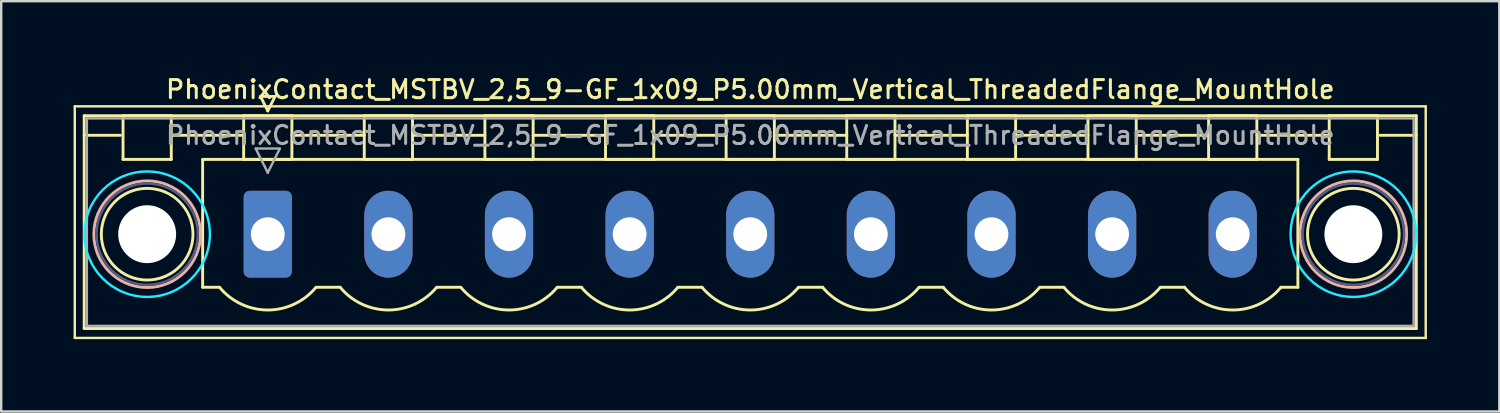
<source format=kicad_pcb>
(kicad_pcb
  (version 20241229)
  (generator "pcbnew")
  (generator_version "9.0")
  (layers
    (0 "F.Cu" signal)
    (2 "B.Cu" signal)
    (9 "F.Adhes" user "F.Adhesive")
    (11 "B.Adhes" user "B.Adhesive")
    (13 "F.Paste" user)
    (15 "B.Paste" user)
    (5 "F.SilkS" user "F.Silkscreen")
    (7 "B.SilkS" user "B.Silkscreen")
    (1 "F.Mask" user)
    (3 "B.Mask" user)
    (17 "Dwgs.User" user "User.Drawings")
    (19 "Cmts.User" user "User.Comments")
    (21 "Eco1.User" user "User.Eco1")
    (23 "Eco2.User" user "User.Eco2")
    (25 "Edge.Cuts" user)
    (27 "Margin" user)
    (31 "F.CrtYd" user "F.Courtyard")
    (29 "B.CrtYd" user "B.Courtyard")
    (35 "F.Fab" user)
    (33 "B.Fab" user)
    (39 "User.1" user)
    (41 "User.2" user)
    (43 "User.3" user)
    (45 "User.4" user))
  (footprint "PhoenixContact_MSTBV_2,5_9-GF_1x09_P5.00mm_Vertical_ThreadedFlange_MountHole"
    (layer "F.Cu")
    (at 8.05 6.658)
    (property "Reference" "PhoenixContact_MSTBV_2,5_9-GF_1x09_P5.00mm_Vertical_ThreadedFlange_MountHole" (at 20 -6 0) (layer "F.SilkS") (effects (font (size 0.75 0.75) (thickness 0.125))))
    (attr through_hole)
    (fp_line (start -8 -5.3) (end -8 4.3) (stroke (width 0.1) (type solid)) (layer "F.SilkS"))
    (fp_line (start -8 4.3) (end 48 4.3) (stroke (width 0.1) (type solid)) (layer "F.SilkS"))
    (fp_line (start -7.61 -4.91) (end -7.61 3.91) (stroke (width 0.12) (type solid)) (layer "F.SilkS"))
    (fp_line (start -7.61 -4.1) (end -6.11 -4.1) (stroke (width 0.12) (type solid)) (layer "F.SilkS"))
    (fp_line (start -7.61 3.91) (end 47.61 3.91) (stroke (width 0.12) (type solid)) (layer "F.SilkS"))
    (fp_line (start -6 -4.91) (end -4 -4.91) (stroke (width 0.12) (type solid)) (layer "F.SilkS"))
    (fp_line (start -6 -3.1) (end -6 -4.91) (stroke (width 0.12) (type solid)) (layer "F.SilkS"))
    (fp_line (start -4 -4.91) (end -4 -3.1) (stroke (width 0.12) (type solid)) (layer "F.SilkS"))
    (fp_line (start -4 -4.1) (end -1 -4.1) (stroke (width 0.12) (type solid)) (layer "F.SilkS"))
    (fp_line (start -4 -3.1) (end -6 -3.1) (stroke (width 0.12) (type solid)) (layer "F.SilkS"))
    (fp_line (start -2.7 -3.1) (end 42.7 -3.1) (stroke (width 0.12) (type solid)) (layer "F.SilkS"))
    (fp_line (start -2.7 2.2) (end -2.7 -3.1) (stroke (width 0.12) (type solid)) (layer "F.SilkS"))
    (fp_line (start -2 2.2) (end -2.7 2.2) (stroke (width 0.12) (type solid)) (layer "F.SilkS"))
    (fp_line (start -1 -4.91) (end 1 -4.91) (stroke (width 0.12) (type solid)) (layer "F.SilkS"))
    (fp_line (start -1 -3.1) (end -1 -4.91) (stroke (width 0.12) (type solid)) (layer "F.SilkS"))
    (fp_line (start -0.3 -5.71) (end 0.3 -5.71) (stroke (width 0.12) (type solid)) (layer "F.SilkS"))
    (fp_line (start 0 -5.11) (end -0.3 -5.71) (stroke (width 0.12) (type solid)) (layer "F.SilkS"))
    (fp_line (start 0.3 -5.71) (end 0 -5.11) (stroke (width 0.12) (type solid)) (layer "F.SilkS"))
    (fp_line (start 1 -4.91) (end 1 -3.1) (stroke (width 0.12) (type solid)) (layer "F.SilkS"))
    (fp_line (start 1 -4.1) (end 4 -4.1) (stroke (width 0.12) (type solid)) (layer "F.SilkS"))
    (fp_line (start 1 -3.1) (end -1 -3.1) (stroke (width 0.12) (type solid)) (layer "F.SilkS"))
    (fp_line (start 2 2.2) (end 3 2.2) (stroke (width 0.12) (type solid)) (layer "F.SilkS"))
    (fp_line (start 4 -4.91) (end 6 -4.91) (stroke (width 0.12) (type solid)) (layer "F.SilkS"))
    (fp_line (start 4 -3.1) (end 4 -4.91) (stroke (width 0.12) (type solid)) (layer "F.SilkS"))
    (fp_line (start 6 -4.91) (end 6 -3.1) (stroke (width 0.12) (type solid)) (layer "F.SilkS"))
    (fp_line (start 6 -4.1) (end 9 -4.1) (stroke (width 0.12) (type solid)) (layer "F.SilkS"))
    (fp_line (start 6 -3.1) (end 4 -3.1) (stroke (width 0.12) (type solid)) (layer "F.SilkS"))
    (fp_line (start 7 2.2) (end 8 2.2) (stroke (width 0.12) (type solid)) (layer "F.SilkS"))
    (fp_line (start 9 -4.91) (end 11 -4.91) (stroke (width 0.12) (type solid)) (layer "F.SilkS"))
    (fp_line (start 9 -3.1) (end 9 -4.91) (stroke (width 0.12) (type solid)) (layer "F.SilkS"))
    (fp_line (start 11 -4.91) (end 11 -3.1) (stroke (width 0.12) (type solid)) (layer "F.SilkS"))
    (fp_line (start 11 -4.1) (end 14 -4.1) (stroke (width 0.12) (type solid)) (layer "F.SilkS"))
    (fp_line (start 11 -3.1) (end 9 -3.1) (stroke (width 0.12) (type solid)) (layer "F.SilkS"))
    (fp_line (start 12 2.2) (end 13 2.2) (stroke (width 0.12) (type solid)) (layer "F.SilkS"))
    (fp_line (start 14 -4.91) (end 16 -4.91) (stroke (width 0.12) (type solid)) (layer "F.SilkS"))
    (fp_line (start 14 -3.1) (end 14 -4.91) (stroke (width 0.12) (type solid)) (layer "F.SilkS"))
    (fp_line (start 16 -4.91) (end 16 -3.1) (stroke (width 0.12) (type solid)) (layer "F.SilkS"))
    (fp_line (start 16 -4.1) (end 19 -4.1) (stroke (width 0.12) (type solid)) (layer "F.SilkS"))
    (fp_line (start 16 -3.1) (end 14 -3.1) (stroke (width 0.12) (type solid)) (layer "F.SilkS"))
    (fp_line (start 17 2.2) (end 18 2.2) (stroke (width 0.12) (type solid)) (layer "F.SilkS"))
    (fp_line (start 19 -4.91) (end 21 -4.91) (stroke (width 0.12) (type solid)) (layer "F.SilkS"))
    (fp_line (start 19 -3.1) (end 19 -4.91) (stroke (width 0.12) (type solid)) (layer "F.SilkS"))
    (fp_line (start 21 -4.91) (end 21 -3.1) (stroke (width 0.12) (type solid)) (layer "F.SilkS"))
    (fp_line (start 21 -4.1) (end 24 -4.1) (stroke (width 0.12) (type solid)) (layer "F.SilkS"))
    (fp_line (start 21 -3.1) (end 19 -3.1) (stroke (width 0.12) (type solid)) (layer "F.SilkS"))
    (fp_line (start 22 2.2) (end 23 2.2) (stroke (width 0.12) (type solid)) (layer "F.SilkS"))
    (fp_line (start 24 -4.91) (end 26 -4.91) (stroke (width 0.12) (type solid)) (layer "F.SilkS"))
    (fp_line (start 24 -3.1) (end 24 -4.91) (stroke (width 0.12) (type solid)) (layer "F.SilkS"))
    (fp_line (start 26 -4.91) (end 26 -3.1) (stroke (width 0.12) (type solid)) (layer "F.SilkS"))
    (fp_line (start 26 -4.1) (end 29 -4.1) (stroke (width 0.12) (type solid)) (layer "F.SilkS"))
    (fp_line (start 26 -3.1) (end 24 -3.1) (stroke (width 0.12) (type solid)) (layer "F.SilkS"))
    (fp_line (start 27 2.2) (end 28 2.2) (stroke (width 0.12) (type solid)) (layer "F.SilkS"))
    (fp_line (start 29 -4.91) (end 31 -4.91) (stroke (width 0.12) (type solid)) (layer "F.SilkS"))
    (fp_line (start 29 -3.1) (end 29 -4.91) (stroke (width 0.12) (type solid)) (layer "F.SilkS"))
    (fp_line (start 31 -4.91) (end 31 -3.1) (stroke (width 0.12) (type solid)) (layer "F.SilkS"))
    (fp_line (start 31 -4.1) (end 34 -4.1) (stroke (width 0.12) (type solid)) (layer "F.SilkS"))
    (fp_line (start 31 -3.1) (end 29 -3.1) (stroke (width 0.12) (type solid)) (layer "F.SilkS"))
    (fp_line (start 32 2.2) (end 33 2.2) (stroke (width 0.12) (type solid)) (layer "F.SilkS"))
    (fp_line (start 34 -4.91) (end 36 -4.91) (stroke (width 0.12) (type solid)) (layer "F.SilkS"))
    (fp_line (start 34 -3.1) (end 34 -4.91) (stroke (width 0.12) (type solid)) (layer "F.SilkS"))
    (fp_line (start 36 -4.91) (end 36 -3.1) (stroke (width 0.12) (type solid)) (layer "F.SilkS"))
    (fp_line (start 36 -4.1) (end 39 -4.1) (stroke (width 0.12) (type solid)) (layer "F.SilkS"))
    (fp_line (start 36 -3.1) (end 34 -3.1) (stroke (width 0.12) (type solid)) (layer "F.SilkS"))
    (fp_line (start 37 2.2) (end 38 2.2) (stroke (width 0.12) (type solid)) (layer "F.SilkS"))
    (fp_line (start 39 -4.91) (end 41 -4.91) (stroke (width 0.12) (type solid)) (layer "F.SilkS"))
    (fp_line (start 39 -3.1) (end 39 -4.91) (stroke (width 0.12) (type solid)) (layer "F.SilkS"))
    (fp_line (start 41 -4.91) (end 41 -3.1) (stroke (width 0.12) (type solid)) (layer "F.SilkS"))
    (fp_line (start 41 -4.1) (end 44 -4.1) (stroke (width 0.12) (type solid)) (layer "F.SilkS"))
    (fp_line (start 41 -3.1) (end 39 -3.1) (stroke (width 0.12) (type solid)) (layer "F.SilkS"))
    (fp_line (start 42.7 -3.1) (end 42.7 2.2) (stroke (width 0.12) (type solid)) (layer "F.SilkS"))
    (fp_line (start 42.7 2.2) (end 42 2.2) (stroke (width 0.12) (type solid)) (layer "F.SilkS"))
    (fp_line (start 44 -4.91) (end 46 -4.91) (stroke (width 0.12) (type solid)) (layer "F.SilkS"))
    (fp_line (start 44 -3.1) (end 44 -4.91) (stroke (width 0.12) (type solid)) (layer "F.SilkS"))
    (fp_line (start 46 -4.91) (end 46 -3.1) (stroke (width 0.12) (type solid)) (layer "F.SilkS"))
    (fp_line (start 46 -3.1) (end 44 -3.1) (stroke (width 0.12) (type solid)) (layer "F.SilkS"))
    (fp_line (start 47.61 -4.91) (end -7.61 -4.91) (stroke (width 0.12) (type solid)) (layer "F.SilkS"))
    (fp_line (start 47.61 -4.1) (end 46.11 -4.1) (stroke (width 0.12) (type solid)) (layer "F.SilkS"))
    (fp_line (start 47.61 3.91) (end 47.61 -4.91) (stroke (width 0.12) (type solid)) (layer "F.SilkS"))
    (fp_line (start 48 -5.3) (end -8 -5.3) (stroke (width 0.1) (type solid)) (layer "F.SilkS"))
    (fp_line (start 48 4.3) (end 48 -5.3) (stroke (width 0.1) (type solid)) (layer "F.SilkS"))
    (fp_arc (start 1.986842 2.215821) (mid -0.010289 3.142758) (end -2 2.2) (stroke (width 0.12) (type solid)) (layer "F.SilkS"))
    (fp_arc (start 6.986842 2.215821) (mid 4.989711 3.142758) (end 3 2.2) (stroke (width 0.12) (type solid)) (layer "F.SilkS"))
    (fp_arc (start 11.986842 2.215821) (mid 9.989711 3.142758) (end 8 2.2) (stroke (width 0.12) (type solid)) (layer "F.SilkS"))
    (fp_arc (start 16.986842 2.215821) (mid 14.989711 3.142758) (end 13 2.2) (stroke (width 0.12) (type solid)) (layer "F.SilkS"))
    (fp_arc (start 21.986842 2.215821) (mid 19.989711 3.142758) (end 18 2.2) (stroke (width 0.12) (type solid)) (layer "F.SilkS"))
    (fp_arc (start 26.986842 2.215821) (mid 24.989711 3.142758) (end 23 2.2) (stroke (width 0.12) (type solid)) (layer "F.SilkS"))
    (fp_arc (start 31.986842 2.215821) (mid 29.989711 3.142758) (end 28 2.2) (stroke (width 0.12) (type solid)) (layer "F.SilkS"))
    (fp_arc (start 36.986842 2.215821) (mid 34.989711 3.142758) (end 33 2.2) (stroke (width 0.12) (type solid)) (layer "F.SilkS"))
    (fp_arc (start 41.986842 2.215821) (mid 39.989711 3.142758) (end 38 2.2) (stroke (width 0.12) (type solid)) (layer "F.SilkS"))
    (fp_circle (center -5 0) (end -3.1 0) (stroke (width 0.12) (type solid)) (fill no) (layer "F.SilkS"))
    (fp_circle (center 45 0) (end 46.9 0) (stroke (width 0.12) (type solid)) (fill no) (layer "F.SilkS"))
    (fp_circle (center -5 0) (end -2.79 0) (stroke (width 0.12) (type solid)) (fill no) (layer "B.SilkS"))
    (fp_circle (center 45 0) (end 47.21 0) (stroke (width 0.12) (type solid)) (fill no) (layer "B.SilkS"))
    (fp_circle (center -5 0) (end -2.4 0) (stroke (width 0.1) (type solid)) (fill no) (layer "B.CrtYd"))
    (fp_circle (center 45 0) (end 47.6 0) (stroke (width 0.1) (type solid)) (fill no) (layer "B.CrtYd"))
    (fp_circle (center -5 0) (end -2.9 0) (stroke (width 0.1) (type solid)) (fill no) (layer "B.Fab"))
    (fp_circle (center 45 0) (end 47.1 0) (stroke (width 0.1) (type solid)) (fill no) (layer "B.Fab"))
    (fp_line (start -7.5 -4.8) (end -7.5 3.8) (stroke (width 0.1) (type solid)) (layer "F.Fab"))
    (fp_line (start -7.5 3.8) (end 47.5 3.8) (stroke (width 0.1) (type solid)) (layer "F.Fab"))
    (fp_line (start -0.5 -3.55) (end 0.5 -3.55) (stroke (width 0.1) (type solid)) (layer "F.Fab"))
    (fp_line (start 0 -2.55) (end -0.5 -3.55) (stroke (width 0.1) (type solid)) (layer "F.Fab"))
    (fp_line (start 0.5 -3.55) (end 0 -2.55) (stroke (width 0.1) (type solid)) (layer "F.Fab"))
    (fp_line (start 47.5 -4.8) (end -7.5 -4.8) (stroke (width 0.1) (type solid)) (layer "F.Fab"))
    (fp_line (start 47.5 3.8) (end 47.5 -4.8) (stroke (width 0.1) (type solid)) (layer "F.Fab"))
    (fp_text user "${REFERENCE}" (at 20 -4.1 0) (layer "F.Fab") (effects (font (size 0.75 0.75) (thickness 0.125))))
    (pad "" np_thru_hole circle (at -5 0) (size 2.4 2.4) (drill 2.4) (layers "*.Cu" "*.Mask"))
    (pad "" np_thru_hole circle (at 45 0) (size 2.4 2.4) (drill 2.4) (layers "*.Cu" "*.Mask"))
    (pad "1" thru_hole roundrect (at 0 0) (size 2 3.6) (drill 1.4) (layers "*.Cu" "*.Mask") (roundrect_rratio 0.125))
    (pad "2" thru_hole oval (at 5 0) (size 2 3.6) (drill 1.4) (layers "*.Cu" "*.Mask"))
    (pad "3" thru_hole oval (at 10 0) (size 2 3.6) (drill 1.4) (layers "*.Cu" "*.Mask"))
    (pad "4" thru_hole oval (at 15 0) (size 2 3.6) (drill 1.4) (layers "*.Cu" "*.Mask"))
    (pad "5" thru_hole oval (at 20 0) (size 2 3.6) (drill 1.4) (layers "*.Cu" "*.Mask"))
    (pad "6" thru_hole oval (at 25 0) (size 2 3.6) (drill 1.4) (layers "*.Cu" "*.Mask"))
    (pad "7" thru_hole oval (at 30 0) (size 2 3.6) (drill 1.4) (layers "*.Cu" "*.Mask"))
    (pad "8" thru_hole oval (at 35 0) (size 2 3.6) (drill 1.4) (layers "*.Cu" "*.Mask"))
    (pad "9" thru_hole oval (at 40 0) (size 2 3.6) (drill 1.4) (layers "*.Cu" "*.Mask")))
  (gr_rect
    (start -3 -3)
    (end 59.1 14.008)
    (stroke (width 0.1) (type default))
    (fill no)
    (layer "Edge.Cuts")))
</source>
